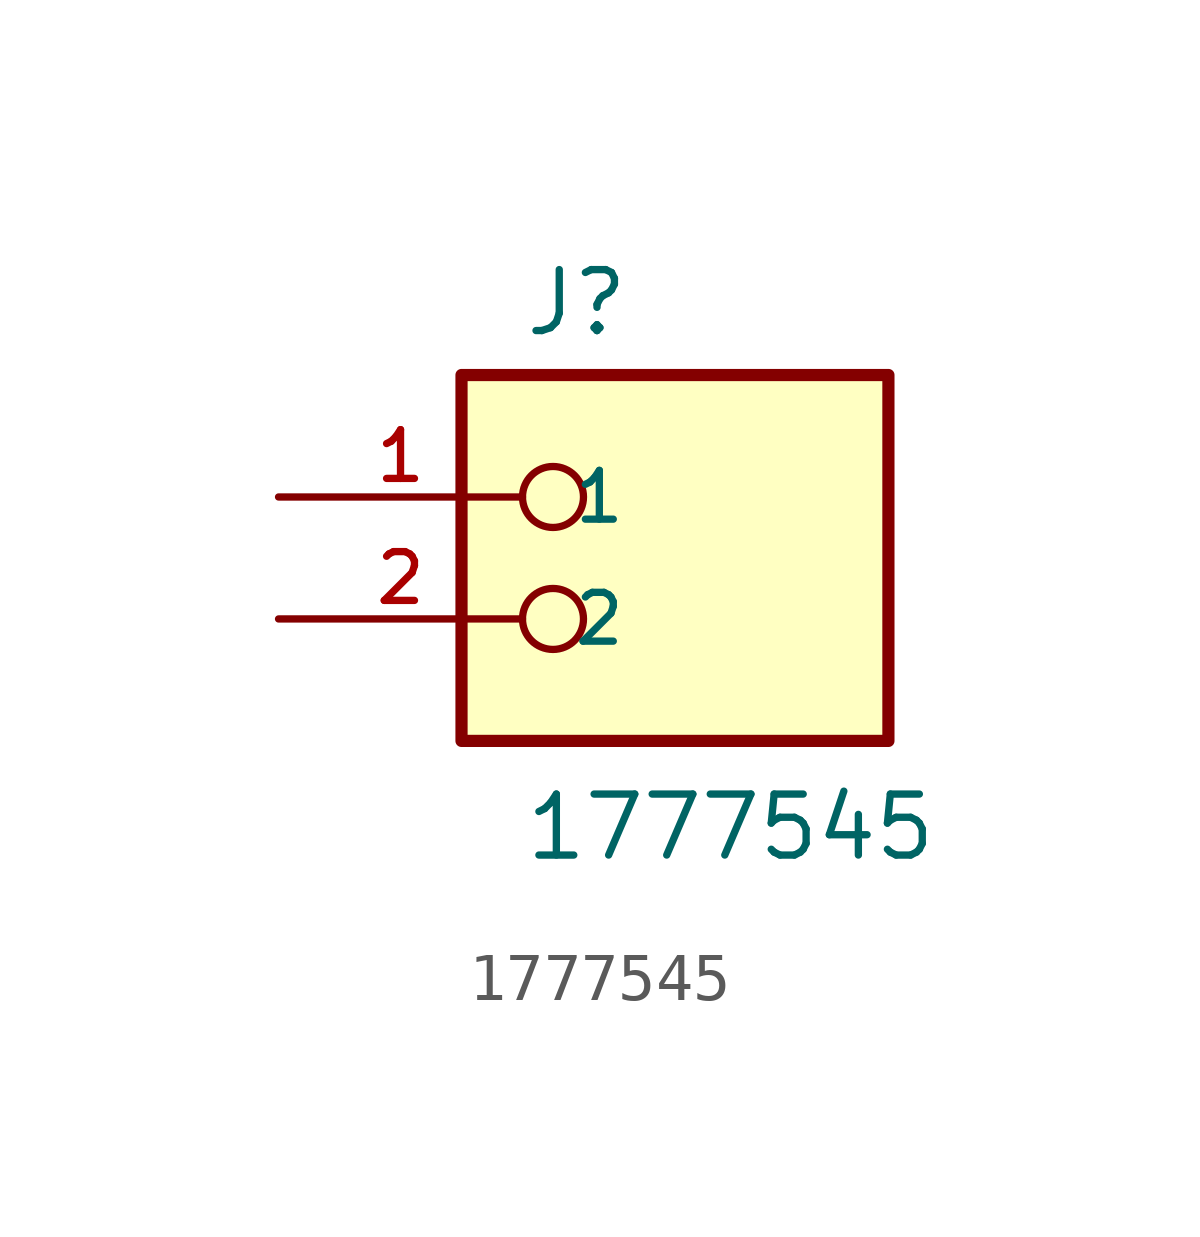
<source format=kicad_sym>
(kicad_symbol_lib
  (version 20211014)
  (generator kicad_symbol_editor)
  (symbol "1777545"
    (pin_names
      (offset 1.016))
    (property "Reference" "J"
      (at -2.54 3.302 0)
      (effects (font (size 1.27 1.27)) (justify bottom left)))
    (property "Value" "1777545"
      (at -2.54 -7.62 0)
      (effects (font (size 1.27 1.27)) (justify bottom left)))
    (symbol "1777545_0_0"
      (circle (center -1.905 0.0) (radius 0.635) (stroke (width 0.152)) (fill (type none)))
      (circle (center -1.905 -2.54) (radius 0.635) (stroke (width 0.152)) (fill (type none)))
      (rectangle (start -3.81 -5.08) (end 5.08 2.54) (stroke (width 0.254)) (fill (type background)))
      (pin passive line (at -7.62 0.0 0) (length 5.08) (name "1" (effects (font (size 1.016 1.016)))) (number "1" (effects (font (size 1.016 1.016)))))
      (pin passive line (at -7.62 -2.54 0) (length 5.08) (name "2" (effects (font (size 1.016 1.016)))) (number "2" (effects (font (size 1.016 1.016))))))))
</source>
